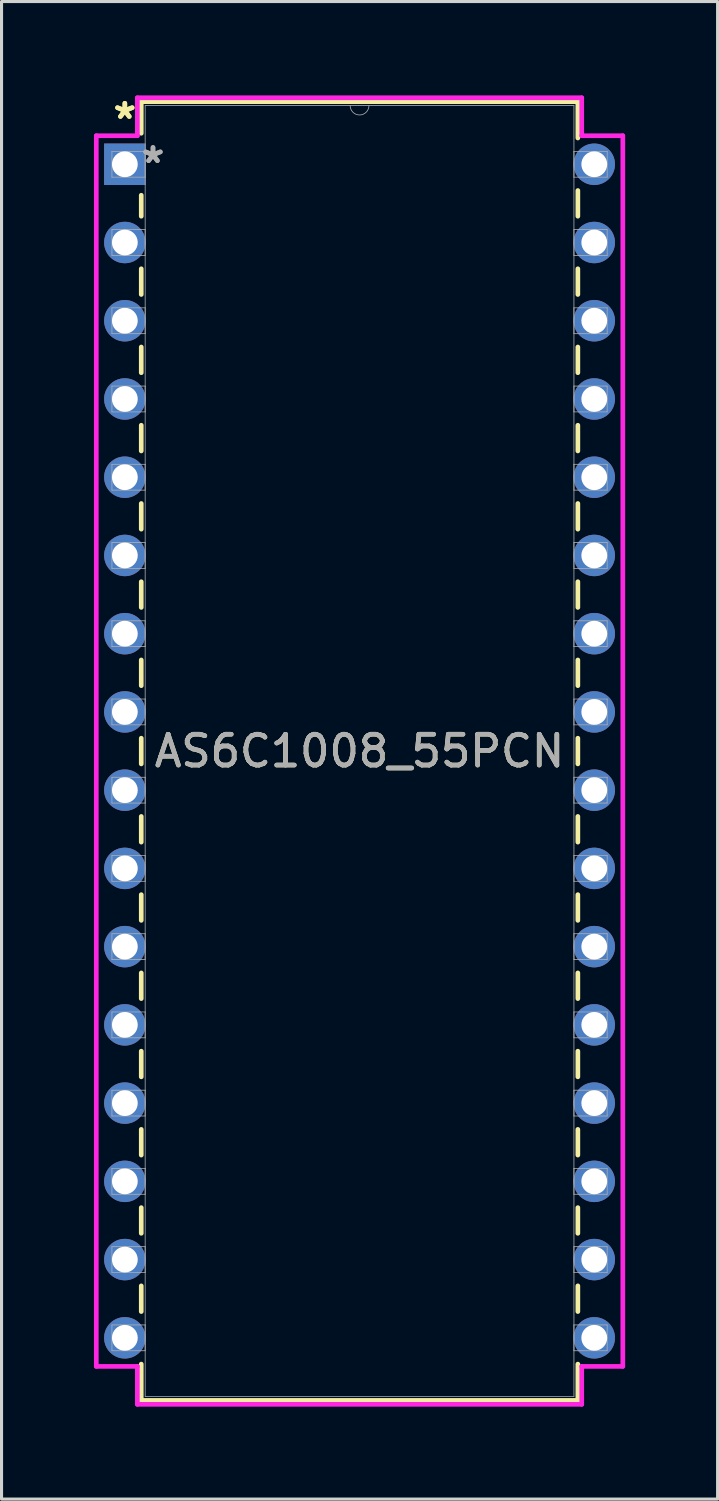
<source format=kicad_pcb>
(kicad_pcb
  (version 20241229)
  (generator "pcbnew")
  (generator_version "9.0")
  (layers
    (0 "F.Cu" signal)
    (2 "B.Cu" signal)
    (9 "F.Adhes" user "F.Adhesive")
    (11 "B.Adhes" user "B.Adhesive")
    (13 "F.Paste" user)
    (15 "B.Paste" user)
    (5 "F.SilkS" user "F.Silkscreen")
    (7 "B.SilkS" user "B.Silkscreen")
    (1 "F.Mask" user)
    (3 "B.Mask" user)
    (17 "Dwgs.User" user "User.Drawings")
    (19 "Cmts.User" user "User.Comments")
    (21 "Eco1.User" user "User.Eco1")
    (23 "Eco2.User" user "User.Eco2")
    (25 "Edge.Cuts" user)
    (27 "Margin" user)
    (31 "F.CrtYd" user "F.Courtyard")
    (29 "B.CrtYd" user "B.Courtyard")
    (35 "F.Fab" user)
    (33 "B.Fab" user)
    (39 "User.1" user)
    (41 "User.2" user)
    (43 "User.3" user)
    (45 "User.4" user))
  (footprint "AS6C1008_55PCN"
    (layer "F.Cu")
    (at 1.003 2.283)
    (property "Reference" "AS6C1008_55PCN" (at 7.62 19.05 0) (unlocked yes) (layer "F.SilkS") (effects (font (size 1 1) (thickness 0.15))))
    (attr through_hole)
    (fp_line (start 0.533 -2.032) (end 0.533 -1.006) (stroke (width 0.152) (type solid)) (layer "F.SilkS"))
    (fp_line (start 0.533 1.006) (end 0.533 1.687) (stroke (width 0.152) (type solid)) (layer "F.SilkS"))
    (fp_line (start 0.533 3.393) (end 0.533 4.227) (stroke (width 0.152) (type solid)) (layer "F.SilkS"))
    (fp_line (start 0.533 5.933) (end 0.533 6.767) (stroke (width 0.152) (type solid)) (layer "F.SilkS"))
    (fp_line (start 0.533 8.473) (end 0.533 9.307) (stroke (width 0.152) (type solid)) (layer "F.SilkS"))
    (fp_line (start 0.533 11.013) (end 0.533 11.847) (stroke (width 0.152) (type solid)) (layer "F.SilkS"))
    (fp_line (start 0.533 13.553) (end 0.533 14.387) (stroke (width 0.152) (type solid)) (layer "F.SilkS"))
    (fp_line (start 0.533 16.093) (end 0.533 16.927) (stroke (width 0.152) (type solid)) (layer "F.SilkS"))
    (fp_line (start 0.533 18.633) (end 0.533 19.467) (stroke (width 0.152) (type solid)) (layer "F.SilkS"))
    (fp_line (start 0.533 21.173) (end 0.533 22.007) (stroke (width 0.152) (type solid)) (layer "F.SilkS"))
    (fp_line (start 0.533 23.713) (end 0.533 24.547) (stroke (width 0.152) (type solid)) (layer "F.SilkS"))
    (fp_line (start 0.533 26.253) (end 0.533 27.087) (stroke (width 0.152) (type solid)) (layer "F.SilkS"))
    (fp_line (start 0.533 28.793) (end 0.533 29.627) (stroke (width 0.152) (type solid)) (layer "F.SilkS"))
    (fp_line (start 0.533 31.333) (end 0.533 32.167) (stroke (width 0.152) (type solid)) (layer "F.SilkS"))
    (fp_line (start 0.533 33.873) (end 0.533 34.707) (stroke (width 0.152) (type solid)) (layer "F.SilkS"))
    (fp_line (start 0.533 36.413) (end 0.533 37.247) (stroke (width 0.152) (type solid)) (layer "F.SilkS"))
    (fp_line (start 0.533 38.953) (end 0.533 40.132) (stroke (width 0.152) (type solid)) (layer "F.SilkS"))
    (fp_line (start 0.533 40.132) (end 14.707 40.132) (stroke (width 0.152) (type solid)) (layer "F.SilkS"))
    (fp_line (start 14.707 -2.032) (end 0.533 -2.032) (stroke (width 0.152) (type solid)) (layer "F.SilkS"))
    (fp_line (start 14.707 -0.853) (end 14.707 -2.032) (stroke (width 0.152) (type solid)) (layer "F.SilkS"))
    (fp_line (start 14.707 1.687) (end 14.707 0.853) (stroke (width 0.152) (type solid)) (layer "F.SilkS"))
    (fp_line (start 14.707 4.227) (end 14.707 3.393) (stroke (width 0.152) (type solid)) (layer "F.SilkS"))
    (fp_line (start 14.707 6.767) (end 14.707 5.933) (stroke (width 0.152) (type solid)) (layer "F.SilkS"))
    (fp_line (start 14.707 9.307) (end 14.707 8.473) (stroke (width 0.152) (type solid)) (layer "F.SilkS"))
    (fp_line (start 14.707 11.847) (end 14.707 11.013) (stroke (width 0.152) (type solid)) (layer "F.SilkS"))
    (fp_line (start 14.707 14.387) (end 14.707 13.553) (stroke (width 0.152) (type solid)) (layer "F.SilkS"))
    (fp_line (start 14.707 16.927) (end 14.707 16.093) (stroke (width 0.152) (type solid)) (layer "F.SilkS"))
    (fp_line (start 14.707 19.467) (end 14.707 18.633) (stroke (width 0.152) (type solid)) (layer "F.SilkS"))
    (fp_line (start 14.707 22.007) (end 14.707 21.173) (stroke (width 0.152) (type solid)) (layer "F.SilkS"))
    (fp_line (start 14.707 24.547) (end 14.707 23.713) (stroke (width 0.152) (type solid)) (layer "F.SilkS"))
    (fp_line (start 14.707 27.087) (end 14.707 26.253) (stroke (width 0.152) (type solid)) (layer "F.SilkS"))
    (fp_line (start 14.707 29.627) (end 14.707 28.793) (stroke (width 0.152) (type solid)) (layer "F.SilkS"))
    (fp_line (start 14.707 32.167) (end 14.707 31.333) (stroke (width 0.152) (type solid)) (layer "F.SilkS"))
    (fp_line (start 14.707 34.707) (end 14.707 33.873) (stroke (width 0.152) (type solid)) (layer "F.SilkS"))
    (fp_line (start 14.707 37.247) (end 14.707 36.413) (stroke (width 0.152) (type solid)) (layer "F.SilkS"))
    (fp_line (start 14.707 40.132) (end 14.707 38.953) (stroke (width 0.152) (type solid)) (layer "F.SilkS"))
    (fp_line (start -0.927 -0.927) (end 0.406 -0.927) (stroke (width 0.152) (type solid)) (layer "F.CrtYd"))
    (fp_line (start -0.927 39.027) (end -0.927 -0.927) (stroke (width 0.152) (type solid)) (layer "F.CrtYd"))
    (fp_line (start 0.406 -2.159) (end 14.834 -2.159) (stroke (width 0.152) (type solid)) (layer "F.CrtYd"))
    (fp_line (start 0.406 -0.927) (end 0.406 -2.159) (stroke (width 0.152) (type solid)) (layer "F.CrtYd"))
    (fp_line (start 0.406 39.027) (end -0.927 39.027) (stroke (width 0.152) (type solid)) (layer "F.CrtYd"))
    (fp_line (start 0.406 40.259) (end 0.406 39.027) (stroke (width 0.152) (type solid)) (layer "F.CrtYd"))
    (fp_line (start 14.834 -2.159) (end 14.834 -0.927) (stroke (width 0.152) (type solid)) (layer "F.CrtYd"))
    (fp_line (start 14.834 39.027) (end 14.834 40.259) (stroke (width 0.152) (type solid)) (layer "F.CrtYd"))
    (fp_line (start 14.834 40.259) (end 0.406 40.259) (stroke (width 0.152) (type solid)) (layer "F.CrtYd"))
    (fp_line (start 16.167 -0.927) (end 14.834 -0.927) (stroke (width 0.152) (type solid)) (layer "F.CrtYd"))
    (fp_line (start 16.167 -0.927) (end 16.167 39.027) (stroke (width 0.152) (type solid)) (layer "F.CrtYd"))
    (fp_line (start 16.167 39.027) (end 14.834 39.027) (stroke (width 0.152) (type solid)) (layer "F.CrtYd"))
    (fp_line (start -0.419 -0.419) (end -0.419 0.419) (stroke (width 0.025) (type solid)) (layer "F.Fab"))
    (fp_line (start -0.419 0.419) (end 0.66 0.419) (stroke (width 0.025) (type solid)) (layer "F.Fab"))
    (fp_line (start -0.419 2.121) (end -0.419 2.959) (stroke (width 0.025) (type solid)) (layer "F.Fab"))
    (fp_line (start -0.419 2.959) (end 0.66 2.959) (stroke (width 0.025) (type solid)) (layer "F.Fab"))
    (fp_line (start -0.419 4.661) (end -0.419 5.499) (stroke (width 0.025) (type solid)) (layer "F.Fab"))
    (fp_line (start -0.419 5.499) (end 0.66 5.499) (stroke (width 0.025) (type solid)) (layer "F.Fab"))
    (fp_line (start -0.419 7.201) (end -0.419 8.039) (stroke (width 0.025) (type solid)) (layer "F.Fab"))
    (fp_line (start -0.419 8.039) (end 0.66 8.039) (stroke (width 0.025) (type solid)) (layer "F.Fab"))
    (fp_line (start -0.419 9.741) (end -0.419 10.579) (stroke (width 0.025) (type solid)) (layer "F.Fab"))
    (fp_line (start -0.419 10.579) (end 0.66 10.579) (stroke (width 0.025) (type solid)) (layer "F.Fab"))
    (fp_line (start -0.419 12.281) (end -0.419 13.119) (stroke (width 0.025) (type solid)) (layer "F.Fab"))
    (fp_line (start -0.419 13.119) (end 0.66 13.119) (stroke (width 0.025) (type solid)) (layer "F.Fab"))
    (fp_line (start -0.419 14.821) (end -0.419 15.659) (stroke (width 0.025) (type solid)) (layer "F.Fab"))
    (fp_line (start -0.419 15.659) (end 0.66 15.659) (stroke (width 0.025) (type solid)) (layer "F.Fab"))
    (fp_line (start -0.419 17.361) (end -0.419 18.199) (stroke (width 0.025) (type solid)) (layer "F.Fab"))
    (fp_line (start -0.419 18.199) (end 0.66 18.199) (stroke (width 0.025) (type solid)) (layer "F.Fab"))
    (fp_line (start -0.419 19.901) (end -0.419 20.739) (stroke (width 0.025) (type solid)) (layer "F.Fab"))
    (fp_line (start -0.419 20.739) (end 0.66 20.739) (stroke (width 0.025) (type solid)) (layer "F.Fab"))
    (fp_line (start -0.419 22.441) (end -0.419 23.279) (stroke (width 0.025) (type solid)) (layer "F.Fab"))
    (fp_line (start -0.419 23.279) (end 0.66 23.279) (stroke (width 0.025) (type solid)) (layer "F.Fab"))
    (fp_line (start -0.419 24.981) (end -0.419 25.819) (stroke (width 0.025) (type solid)) (layer "F.Fab"))
    (fp_line (start -0.419 25.819) (end 0.66 25.819) (stroke (width 0.025) (type solid)) (layer "F.Fab"))
    (fp_line (start -0.419 27.521) (end -0.419 28.359) (stroke (width 0.025) (type solid)) (layer "F.Fab"))
    (fp_line (start -0.419 28.359) (end 0.66 28.359) (stroke (width 0.025) (type solid)) (layer "F.Fab"))
    (fp_line (start -0.419 30.061) (end -0.419 30.899) (stroke (width 0.025) (type solid)) (layer "F.Fab"))
    (fp_line (start -0.419 30.899) (end 0.66 30.899) (stroke (width 0.025) (type solid)) (layer "F.Fab"))
    (fp_line (start -0.419 32.601) (end -0.419 33.439) (stroke (width 0.025) (type solid)) (layer "F.Fab"))
    (fp_line (start -0.419 33.439) (end 0.66 33.439) (stroke (width 0.025) (type solid)) (layer "F.Fab"))
    (fp_line (start -0.419 35.141) (end -0.419 35.979) (stroke (width 0.025) (type solid)) (layer "F.Fab"))
    (fp_line (start -0.419 35.979) (end 0.66 35.979) (stroke (width 0.025) (type solid)) (layer "F.Fab"))
    (fp_line (start -0.419 37.681) (end -0.419 38.519) (stroke (width 0.025) (type solid)) (layer "F.Fab"))
    (fp_line (start -0.419 38.519) (end 0.66 38.519) (stroke (width 0.025) (type solid)) (layer "F.Fab"))
    (fp_line (start 0.66 -1.905) (end 0.66 40.005) (stroke (width 0.025) (type solid)) (layer "F.Fab"))
    (fp_line (start 0.66 -0.419) (end -0.419 -0.419) (stroke (width 0.025) (type solid)) (layer "F.Fab"))
    (fp_line (start 0.66 0.419) (end 0.66 -0.419) (stroke (width 0.025) (type solid)) (layer "F.Fab"))
    (fp_line (start 0.66 2.121) (end -0.419 2.121) (stroke (width 0.025) (type solid)) (layer "F.Fab"))
    (fp_line (start 0.66 2.959) (end 0.66 2.121) (stroke (width 0.025) (type solid)) (layer "F.Fab"))
    (fp_line (start 0.66 4.661) (end -0.419 4.661) (stroke (width 0.025) (type solid)) (layer "F.Fab"))
    (fp_line (start 0.66 5.499) (end 0.66 4.661) (stroke (width 0.025) (type solid)) (layer "F.Fab"))
    (fp_line (start 0.66 7.201) (end -0.419 7.201) (stroke (width 0.025) (type solid)) (layer "F.Fab"))
    (fp_line (start 0.66 8.039) (end 0.66 7.201) (stroke (width 0.025) (type solid)) (layer "F.Fab"))
    (fp_line (start 0.66 9.741) (end -0.419 9.741) (stroke (width 0.025) (type solid)) (layer "F.Fab"))
    (fp_line (start 0.66 10.579) (end 0.66 9.741) (stroke (width 0.025) (type solid)) (layer "F.Fab"))
    (fp_line (start 0.66 12.281) (end -0.419 12.281) (stroke (width 0.025) (type solid)) (layer "F.Fab"))
    (fp_line (start 0.66 13.119) (end 0.66 12.281) (stroke (width 0.025) (type solid)) (layer "F.Fab"))
    (fp_line (start 0.66 14.821) (end -0.419 14.821) (stroke (width 0.025) (type solid)) (layer "F.Fab"))
    (fp_line (start 0.66 15.659) (end 0.66 14.821) (stroke (width 0.025) (type solid)) (layer "F.Fab"))
    (fp_line (start 0.66 17.361) (end -0.419 17.361) (stroke (width 0.025) (type solid)) (layer "F.Fab"))
    (fp_line (start 0.66 18.199) (end 0.66 17.361) (stroke (width 0.025) (type solid)) (layer "F.Fab"))
    (fp_line (start 0.66 19.901) (end -0.419 19.901) (stroke (width 0.025) (type solid)) (layer "F.Fab"))
    (fp_line (start 0.66 20.739) (end 0.66 19.901) (stroke (width 0.025) (type solid)) (layer "F.Fab"))
    (fp_line (start 0.66 22.441) (end -0.419 22.441) (stroke (width 0.025) (type solid)) (layer "F.Fab"))
    (fp_line (start 0.66 23.279) (end 0.66 22.441) (stroke (width 0.025) (type solid)) (layer "F.Fab"))
    (fp_line (start 0.66 24.981) (end -0.419 24.981) (stroke (width 0.025) (type solid)) (layer "F.Fab"))
    (fp_line (start 0.66 25.819) (end 0.66 24.981) (stroke (width 0.025) (type solid)) (layer "F.Fab"))
    (fp_line (start 0.66 27.521) (end -0.419 27.521) (stroke (width 0.025) (type solid)) (layer "F.Fab"))
    (fp_line (start 0.66 28.359) (end 0.66 27.521) (stroke (width 0.025) (type solid)) (layer "F.Fab"))
    (fp_line (start 0.66 30.061) (end -0.419 30.061) (stroke (width 0.025) (type solid)) (layer "F.Fab"))
    (fp_line (start 0.66 30.899) (end 0.66 30.061) (stroke (width 0.025) (type solid)) (layer "F.Fab"))
    (fp_line (start 0.66 32.601) (end -0.419 32.601) (stroke (width 0.025) (type solid)) (layer "F.Fab"))
    (fp_line (start 0.66 33.439) (end 0.66 32.601) (stroke (width 0.025) (type solid)) (layer "F.Fab"))
    (fp_line (start 0.66 35.141) (end -0.419 35.141) (stroke (width 0.025) (type solid)) (layer "F.Fab"))
    (fp_line (start 0.66 35.979) (end 0.66 35.141) (stroke (width 0.025) (type solid)) (layer "F.Fab"))
    (fp_line (start 0.66 37.681) (end -0.419 37.681) (stroke (width 0.025) (type solid)) (layer "F.Fab"))
    (fp_line (start 0.66 38.519) (end 0.66 37.681) (stroke (width 0.025) (type solid)) (layer "F.Fab"))
    (fp_line (start 0.66 40.005) (end 14.58 40.005) (stroke (width 0.025) (type solid)) (layer "F.Fab"))
    (fp_line (start 14.58 -1.905) (end 0.66 -1.905) (stroke (width 0.025) (type solid)) (layer "F.Fab"))
    (fp_line (start 14.58 -0.419) (end 14.58 0.419) (stroke (width 0.025) (type solid)) (layer "F.Fab"))
    (fp_line (start 14.58 0.419) (end 15.659 0.419) (stroke (width 0.025) (type solid)) (layer "F.Fab"))
    (fp_line (start 14.58 2.121) (end 14.58 2.959) (stroke (width 0.025) (type solid)) (layer "F.Fab"))
    (fp_line (start 14.58 2.959) (end 15.659 2.959) (stroke (width 0.025) (type solid)) (layer "F.Fab"))
    (fp_line (start 14.58 4.661) (end 14.58 5.499) (stroke (width 0.025) (type solid)) (layer "F.Fab"))
    (fp_line (start 14.58 5.499) (end 15.659 5.499) (stroke (width 0.025) (type solid)) (layer "F.Fab"))
    (fp_line (start 14.58 7.201) (end 14.58 8.039) (stroke (width 0.025) (type solid)) (layer "F.Fab"))
    (fp_line (start 14.58 8.039) (end 15.659 8.039) (stroke (width 0.025) (type solid)) (layer "F.Fab"))
    (fp_line (start 14.58 9.741) (end 14.58 10.579) (stroke (width 0.025) (type solid)) (layer "F.Fab"))
    (fp_line (start 14.58 10.579) (end 15.659 10.579) (stroke (width 0.025) (type solid)) (layer "F.Fab"))
    (fp_line (start 14.58 12.281) (end 14.58 13.119) (stroke (width 0.025) (type solid)) (layer "F.Fab"))
    (fp_line (start 14.58 13.119) (end 15.659 13.119) (stroke (width 0.025) (type solid)) (layer "F.Fab"))
    (fp_line (start 14.58 14.821) (end 14.58 15.659) (stroke (width 0.025) (type solid)) (layer "F.Fab"))
    (fp_line (start 14.58 15.659) (end 15.659 15.659) (stroke (width 0.025) (type solid)) (layer "F.Fab"))
    (fp_line (start 14.58 17.361) (end 14.58 18.199) (stroke (width 0.025) (type solid)) (layer "F.Fab"))
    (fp_line (start 14.58 18.199) (end 15.659 18.199) (stroke (width 0.025) (type solid)) (layer "F.Fab"))
    (fp_line (start 14.58 19.901) (end 14.58 20.739) (stroke (width 0.025) (type solid)) (layer "F.Fab"))
    (fp_line (start 14.58 20.739) (end 15.659 20.739) (stroke (width 0.025) (type solid)) (layer "F.Fab"))
    (fp_line (start 14.58 22.441) (end 14.58 23.279) (stroke (width 0.025) (type solid)) (layer "F.Fab"))
    (fp_line (start 14.58 23.279) (end 15.659 23.279) (stroke (width 0.025) (type solid)) (layer "F.Fab"))
    (fp_line (start 14.58 24.981) (end 14.58 25.819) (stroke (width 0.025) (type solid)) (layer "F.Fab"))
    (fp_line (start 14.58 25.819) (end 15.659 25.819) (stroke (width 0.025) (type solid)) (layer "F.Fab"))
    (fp_line (start 14.58 27.521) (end 14.58 28.359) (stroke (width 0.025) (type solid)) (layer "F.Fab"))
    (fp_line (start 14.58 28.359) (end 15.659 28.359) (stroke (width 0.025) (type solid)) (layer "F.Fab"))
    (fp_line (start 14.58 30.061) (end 14.58 30.899) (stroke (width 0.025) (type solid)) (layer "F.Fab"))
    (fp_line (start 14.58 30.899) (end 15.659 30.899) (stroke (width 0.025) (type solid)) (layer "F.Fab"))
    (fp_line (start 14.58 32.601) (end 14.58 33.439) (stroke (width 0.025) (type solid)) (layer "F.Fab"))
    (fp_line (start 14.58 33.439) (end 15.659 33.439) (stroke (width 0.025) (type solid)) (layer "F.Fab"))
    (fp_line (start 14.58 35.141) (end 14.58 35.979) (stroke (width 0.025) (type solid)) (layer "F.Fab"))
    (fp_line (start 14.58 35.979) (end 15.659 35.979) (stroke (width 0.025) (type solid)) (layer "F.Fab"))
    (fp_line (start 14.58 37.681) (end 14.58 38.519) (stroke (width 0.025) (type solid)) (layer "F.Fab"))
    (fp_line (start 14.58 38.519) (end 15.659 38.519) (stroke (width 0.025) (type solid)) (layer "F.Fab"))
    (fp_line (start 14.58 40.005) (end 14.58 -1.905) (stroke (width 0.025) (type solid)) (layer "F.Fab"))
    (fp_line (start 15.659 -0.419) (end 14.58 -0.419) (stroke (width 0.025) (type solid)) (layer "F.Fab"))
    (fp_line (start 15.659 0.419) (end 15.659 -0.419) (stroke (width 0.025) (type solid)) (layer "F.Fab"))
    (fp_line (start 15.659 2.121) (end 14.58 2.121) (stroke (width 0.025) (type solid)) (layer "F.Fab"))
    (fp_line (start 15.659 2.959) (end 15.659 2.121) (stroke (width 0.025) (type solid)) (layer "F.Fab"))
    (fp_line (start 15.659 4.661) (end 14.58 4.661) (stroke (width 0.025) (type solid)) (layer "F.Fab"))
    (fp_line (start 15.659 5.499) (end 15.659 4.661) (stroke (width 0.025) (type solid)) (layer "F.Fab"))
    (fp_line (start 15.659 7.201) (end 14.58 7.201) (stroke (width 0.025) (type solid)) (layer "F.Fab"))
    (fp_line (start 15.659 8.039) (end 15.659 7.201) (stroke (width 0.025) (type solid)) (layer "F.Fab"))
    (fp_line (start 15.659 9.741) (end 14.58 9.741) (stroke (width 0.025) (type solid)) (layer "F.Fab"))
    (fp_line (start 15.659 10.579) (end 15.659 9.741) (stroke (width 0.025) (type solid)) (layer "F.Fab"))
    (fp_line (start 15.659 12.281) (end 14.58 12.281) (stroke (width 0.025) (type solid)) (layer "F.Fab"))
    (fp_line (start 15.659 13.119) (end 15.659 12.281) (stroke (width 0.025) (type solid)) (layer "F.Fab"))
    (fp_line (start 15.659 14.821) (end 14.58 14.821) (stroke (width 0.025) (type solid)) (layer "F.Fab"))
    (fp_line (start 15.659 15.659) (end 15.659 14.821) (stroke (width 0.025) (type solid)) (layer "F.Fab"))
    (fp_line (start 15.659 17.361) (end 14.58 17.361) (stroke (width 0.025) (type solid)) (layer "F.Fab"))
    (fp_line (start 15.659 18.199) (end 15.659 17.361) (stroke (width 0.025) (type solid)) (layer "F.Fab"))
    (fp_line (start 15.659 19.901) (end 14.58 19.901) (stroke (width 0.025) (type solid)) (layer "F.Fab"))
    (fp_line (start 15.659 20.739) (end 15.659 19.901) (stroke (width 0.025) (type solid)) (layer "F.Fab"))
    (fp_line (start 15.659 22.441) (end 14.58 22.441) (stroke (width 0.025) (type solid)) (layer "F.Fab"))
    (fp_line (start 15.659 23.279) (end 15.659 22.441) (stroke (width 0.025) (type solid)) (layer "F.Fab"))
    (fp_line (start 15.659 24.981) (end 14.58 24.981) (stroke (width 0.025) (type solid)) (layer "F.Fab"))
    (fp_line (start 15.659 25.819) (end 15.659 24.981) (stroke (width 0.025) (type solid)) (layer "F.Fab"))
    (fp_line (start 15.659 27.521) (end 14.58 27.521) (stroke (width 0.025) (type solid)) (layer "F.Fab"))
    (fp_line (start 15.659 28.359) (end 15.659 27.521) (stroke (width 0.025) (type solid)) (layer "F.Fab"))
    (fp_line (start 15.659 30.061) (end 14.58 30.061) (stroke (width 0.025) (type solid)) (layer "F.Fab"))
    (fp_line (start 15.659 30.899) (end 15.659 30.061) (stroke (width 0.025) (type solid)) (layer "F.Fab"))
    (fp_line (start 15.659 32.601) (end 14.58 32.601) (stroke (width 0.025) (type solid)) (layer "F.Fab"))
    (fp_line (start 15.659 33.439) (end 15.659 32.601) (stroke (width 0.025) (type solid)) (layer "F.Fab"))
    (fp_line (start 15.659 35.141) (end 14.58 35.141) (stroke (width 0.025) (type solid)) (layer "F.Fab"))
    (fp_line (start 15.659 35.979) (end 15.659 35.141) (stroke (width 0.025) (type solid)) (layer "F.Fab"))
    (fp_line (start 15.659 37.681) (end 14.58 37.681) (stroke (width 0.025) (type solid)) (layer "F.Fab"))
    (fp_line (start 15.659 38.519) (end 15.659 37.681) (stroke (width 0.025) (type solid)) (layer "F.Fab"))
    (fp_arc (start 7.9248 -1.905) (mid 7.62 -1.6002) (end 7.3152 -1.905) (stroke (width 0.0254) (type solid)) (layer "F.Fab"))
    (fp_text user "*" (at 0 -1.435 0) (layer "F.SilkS") (effects (font (size 1 1) (thickness 0.15))))
    (fp_text user "*" (at 0 -1.435 0) (unlocked yes) (layer "F.SilkS") (effects (font (size 1 1) (thickness 0.15))))
    (fp_text user "*" (at 0.914 0 0) (layer "F.Fab") (effects (font (size 1 1) (thickness 0.15))))
    (fp_text user "*" (at 0.914 0 0) (unlocked yes) (layer "F.Fab") (effects (font (size 1 1) (thickness 0.15))))
    (fp_text user "${REFERENCE}" (at 7.62 19.05 0) (unlocked yes) (layer "F.Fab") (effects (font (size 1 1) (thickness 0.15))))
    (pad "1" thru_hole rect (at 0 0) (size 1.346 1.346) (drill 0.838) (layers "*.Cu" "*.Mask"))
    (pad "2" thru_hole circle (at 0 2.54) (size 1.346 1.346) (drill 0.838) (layers "*.Cu" "*.Mask"))
    (pad "3" thru_hole circle (at 0 5.08) (size 1.346 1.346) (drill 0.838) (layers "*.Cu" "*.Mask"))
    (pad "4" thru_hole circle (at 0 7.62) (size 1.346 1.346) (drill 0.838) (layers "*.Cu" "*.Mask"))
    (pad "5" thru_hole circle (at 0 10.16) (size 1.346 1.346) (drill 0.838) (layers "*.Cu" "*.Mask"))
    (pad "6" thru_hole circle (at 0 12.7) (size 1.346 1.346) (drill 0.838) (layers "*.Cu" "*.Mask"))
    (pad "7" thru_hole circle (at 0 15.24) (size 1.346 1.346) (drill 0.838) (layers "*.Cu" "*.Mask"))
    (pad "8" thru_hole circle (at 0 17.78) (size 1.346 1.346) (drill 0.838) (layers "*.Cu" "*.Mask"))
    (pad "9" thru_hole circle (at 0 20.32) (size 1.346 1.346) (drill 0.838) (layers "*.Cu" "*.Mask"))
    (pad "10" thru_hole circle (at 0 22.86) (size 1.346 1.346) (drill 0.838) (layers "*.Cu" "*.Mask"))
    (pad "11" thru_hole circle (at 0 25.4) (size 1.346 1.346) (drill 0.838) (layers "*.Cu" "*.Mask"))
    (pad "12" thru_hole circle (at 0 27.94) (size 1.346 1.346) (drill 0.838) (layers "*.Cu" "*.Mask"))
    (pad "13" thru_hole circle (at 0 30.48) (size 1.346 1.346) (drill 0.838) (layers "*.Cu" "*.Mask"))
    (pad "14" thru_hole circle (at 0 33.02) (size 1.346 1.346) (drill 0.838) (layers "*.Cu" "*.Mask"))
    (pad "15" thru_hole circle (at 0 35.56) (size 1.346 1.346) (drill 0.838) (layers "*.Cu" "*.Mask"))
    (pad "16" thru_hole circle (at 0 38.1) (size 1.346 1.346) (drill 0.838) (layers "*.Cu" "*.Mask"))
    (pad "17" thru_hole circle (at 15.24 38.1) (size 1.346 1.346) (drill 0.838) (layers "*.Cu" "*.Mask"))
    (pad "18" thru_hole circle (at 15.24 35.56) (size 1.346 1.346) (drill 0.838) (layers "*.Cu" "*.Mask"))
    (pad "19" thru_hole circle (at 15.24 33.02) (size 1.346 1.346) (drill 0.838) (layers "*.Cu" "*.Mask"))
    (pad "20" thru_hole circle (at 15.24 30.48) (size 1.346 1.346) (drill 0.838) (layers "*.Cu" "*.Mask"))
    (pad "21" thru_hole circle (at 15.24 27.94) (size 1.346 1.346) (drill 0.838) (layers "*.Cu" "*.Mask"))
    (pad "22" thru_hole circle (at 15.24 25.4) (size 1.346 1.346) (drill 0.838) (layers "*.Cu" "*.Mask"))
    (pad "23" thru_hole circle (at 15.24 22.86) (size 1.346 1.346) (drill 0.838) (layers "*.Cu" "*.Mask"))
    (pad "24" thru_hole circle (at 15.24 20.32) (size 1.346 1.346) (drill 0.838) (layers "*.Cu" "*.Mask"))
    (pad "25" thru_hole circle (at 15.24 17.78) (size 1.346 1.346) (drill 0.838) (layers "*.Cu" "*.Mask"))
    (pad "26" thru_hole circle (at 15.24 15.24) (size 1.346 1.346) (drill 0.838) (layers "*.Cu" "*.Mask"))
    (pad "27" thru_hole circle (at 15.24 12.7) (size 1.346 1.346) (drill 0.838) (layers "*.Cu" "*.Mask"))
    (pad "28" thru_hole circle (at 15.24 10.16) (size 1.346 1.346) (drill 0.838) (layers "*.Cu" "*.Mask"))
    (pad "29" thru_hole circle (at 15.24 7.62) (size 1.346 1.346) (drill 0.838) (layers "*.Cu" "*.Mask"))
    (pad "30" thru_hole circle (at 15.24 5.08) (size 1.346 1.346) (drill 0.838) (layers "*.Cu" "*.Mask"))
    (pad "31" thru_hole circle (at 15.24 2.54) (size 1.346 1.346) (drill 0.838) (layers "*.Cu" "*.Mask"))
    (pad "32" thru_hole circle (at 15.24 0) (size 1.346 1.346) (drill 0.838) (layers "*.Cu" "*.Mask")))
  (gr_rect
    (start -3 -3)
    (end 20.247 45.619)
    (stroke (width 0.1) (type default))
    (fill no)
    (layer "Edge.Cuts")))
</source>
